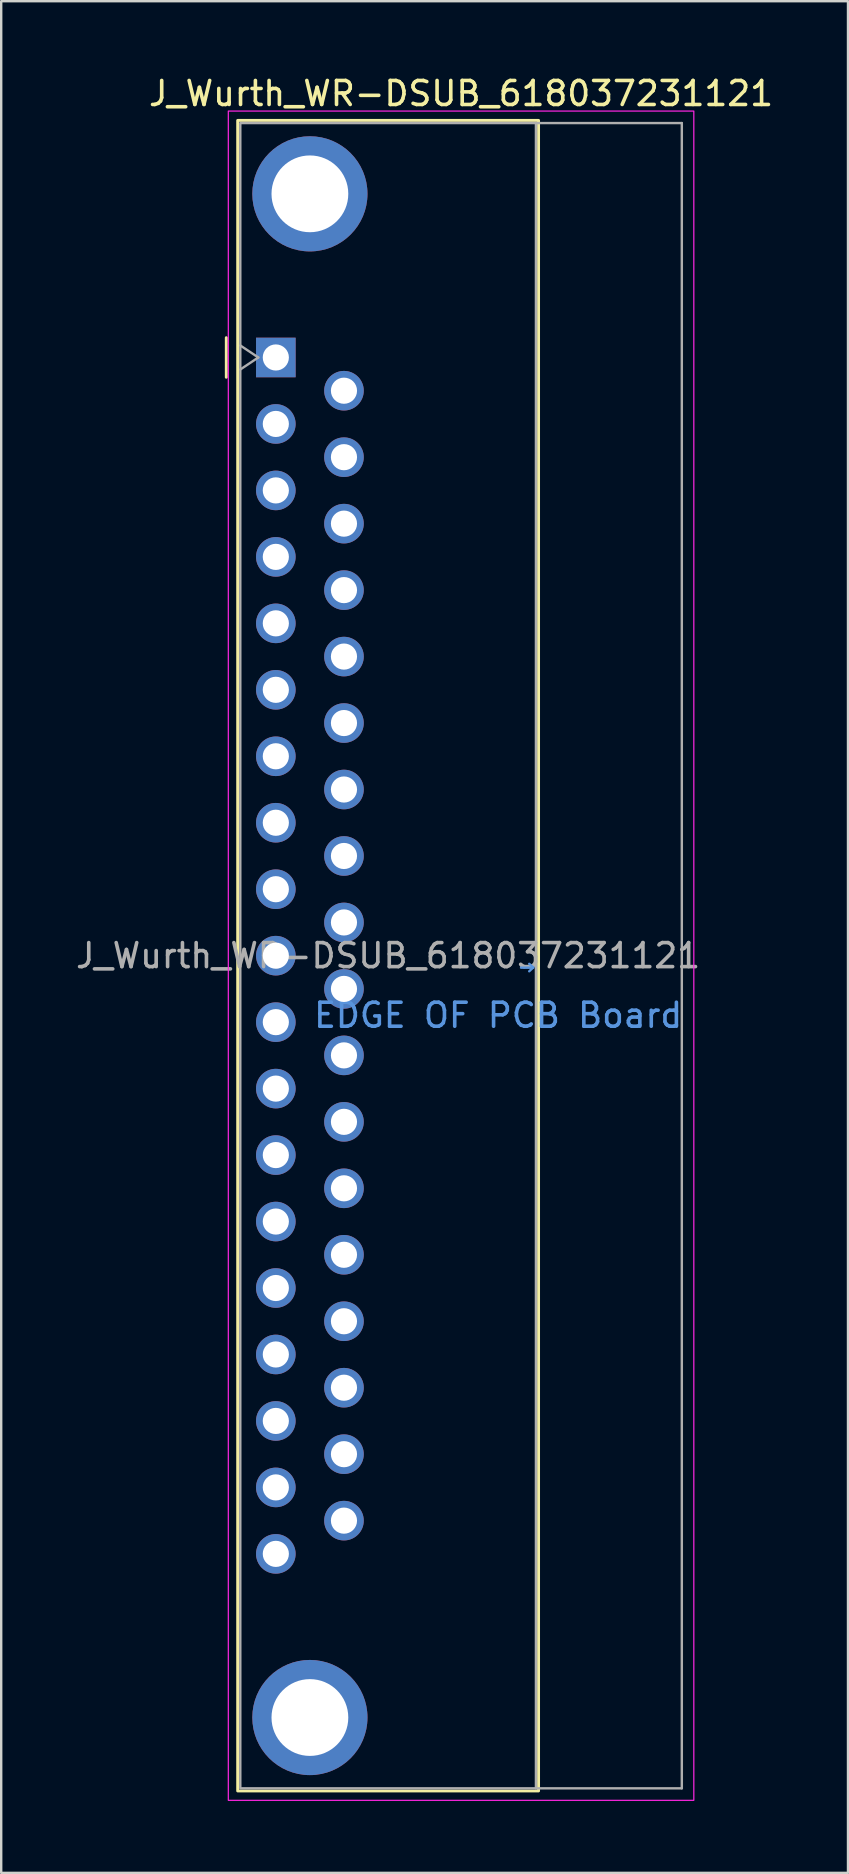
<source format=kicad_pcb>
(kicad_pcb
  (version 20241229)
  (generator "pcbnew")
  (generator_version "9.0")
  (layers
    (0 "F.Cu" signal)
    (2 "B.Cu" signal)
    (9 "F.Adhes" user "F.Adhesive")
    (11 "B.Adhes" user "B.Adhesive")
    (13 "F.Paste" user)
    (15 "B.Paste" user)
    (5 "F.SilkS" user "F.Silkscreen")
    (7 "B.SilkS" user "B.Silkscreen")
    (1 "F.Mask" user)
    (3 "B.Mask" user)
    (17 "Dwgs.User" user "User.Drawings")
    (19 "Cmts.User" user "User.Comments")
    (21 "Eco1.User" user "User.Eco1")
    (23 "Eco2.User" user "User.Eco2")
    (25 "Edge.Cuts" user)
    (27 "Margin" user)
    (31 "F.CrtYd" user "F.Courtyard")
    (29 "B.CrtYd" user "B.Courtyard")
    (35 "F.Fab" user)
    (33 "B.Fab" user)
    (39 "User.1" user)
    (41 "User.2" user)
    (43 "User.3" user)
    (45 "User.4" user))
  (footprint "J_Wurth_WR-DSUB_618037231121"
    (layer "F.Cu")
    (at 8.445 11.848)
    (property "Reference" "J_Wurth_WR-DSUB_618037231121" (at 7.72 -11 0) (unlocked yes) (layer "F.SilkS") (effects (font (size 1 1) (thickness 0.15))))
    (attr through_hole)
    (fp_line (start -2.065 -0.825) (end -2.065 0.825) (stroke (width 0.12) (type solid)) (layer "F.SilkS"))
    (fp_rect (start -1.59 -9.88) (end 10.95 59.74) (stroke (width 0.12) (type solid)) (fill no) (layer "F.SilkS"))
    (fp_line (start 10.22 25.43) (end 10.72 25.43) (stroke (width 0.1) (type solid)) (layer "Cmts.User"))
    (fp_line (start 10.72 25.43) (end 10.56 25.58) (stroke (width 0.1) (type solid)) (layer "Cmts.User"))
    (fp_line (start 10.73 25.42) (end 10.56 25.27) (stroke (width 0.1) (type solid)) (layer "Cmts.User"))
    (fp_rect (start -1.98 -10.27) (end 17.42 60.13) (stroke (width 0.05) (type solid)) (fill no) (layer "F.CrtYd"))
    (fp_line (start -0.73 0) (end -1.48 -0.5) (stroke (width 0.1) (type solid)) (layer "F.Fab"))
    (fp_line (start -0.73 0) (end -1.48 0.5) (stroke (width 0.1) (type solid)) (layer "F.Fab"))
    (fp_line (start 10.84 -9.77) (end 16.92 -9.77) (stroke (width 0.1) (type solid)) (layer "F.Fab"))
    (fp_line (start 16.92 -9.77) (end 16.92 59.63) (stroke (width 0.1) (type solid)) (layer "F.Fab"))
    (fp_line (start 16.92 59.63) (end 10.84 59.63) (stroke (width 0.1) (type solid)) (layer "F.Fab"))
    (fp_rect (start -1.48 -9.77) (end 10.84 59.63) (stroke (width 0.1) (type solid)) (fill no) (layer "F.Fab"))
    (fp_text user "EDGE OF PCB Board" (at 1.5 28 0) (unlocked yes) (layer "Cmts.User") (effects (font (size 1 1) (thickness 0.15)) (justify left bottom)))
    (fp_text user "${REFERENCE}" (at 4.68 24.93 0) (unlocked yes) (layer "F.Fab") (effects (font (size 1 1) (thickness 0.15))))
    (pad "1" thru_hole rect (at 0 0 90) (size 1.65 1.65) (drill 1.09) (layers "*.Cu" "*.Mask"))
    (pad "2" thru_hole circle (at 0 2.77 90) (size 1.65 1.65) (drill 1.09) (layers "*.Cu" "*.Mask"))
    (pad "3" thru_hole circle (at 0 5.54 90) (size 1.65 1.65) (drill 1.09) (layers "*.Cu" "*.Mask"))
    (pad "4" thru_hole circle (at 0 8.31 90) (size 1.65 1.65) (drill 1.09) (layers "*.Cu" "*.Mask"))
    (pad "5" thru_hole circle (at 0 11.08 90) (size 1.65 1.65) (drill 1.09) (layers "*.Cu" "*.Mask"))
    (pad "6" thru_hole circle (at 0 13.85 90) (size 1.65 1.65) (drill 1.09) (layers "*.Cu" "*.Mask"))
    (pad "7" thru_hole circle (at 0 16.62 90) (size 1.65 1.65) (drill 1.09) (layers "*.Cu" "*.Mask"))
    (pad "8" thru_hole circle (at 0 19.39 90) (size 1.65 1.65) (drill 1.09) (layers "*.Cu" "*.Mask"))
    (pad "9" thru_hole circle (at 0 22.16 90) (size 1.65 1.65) (drill 1.09) (layers "*.Cu" "*.Mask"))
    (pad "10" thru_hole circle (at 0 24.93 90) (size 1.65 1.65) (drill 1.09) (layers "*.Cu" "*.Mask"))
    (pad "11" thru_hole circle (at 0 27.7 90) (size 1.65 1.65) (drill 1.09) (layers "*.Cu" "*.Mask"))
    (pad "12" thru_hole circle (at 0 30.47 90) (size 1.65 1.65) (drill 1.09) (layers "*.Cu" "*.Mask"))
    (pad "13" thru_hole circle (at 0 33.24 90) (size 1.65 1.65) (drill 1.09) (layers "*.Cu" "*.Mask"))
    (pad "14" thru_hole circle (at 0 36.01 90) (size 1.65 1.65) (drill 1.09) (layers "*.Cu" "*.Mask"))
    (pad "15" thru_hole circle (at 0 38.78 90) (size 1.65 1.65) (drill 1.09) (layers "*.Cu" "*.Mask"))
    (pad "16" thru_hole circle (at 0 41.55 90) (size 1.65 1.65) (drill 1.09) (layers "*.Cu" "*.Mask"))
    (pad "17" thru_hole circle (at 0 44.32 90) (size 1.65 1.65) (drill 1.09) (layers "*.Cu" "*.Mask"))
    (pad "18" thru_hole circle (at 0 47.09 90) (size 1.65 1.65) (drill 1.09) (layers "*.Cu" "*.Mask"))
    (pad "19" thru_hole circle (at 0 49.86 90) (size 1.65 1.65) (drill 1.09) (layers "*.Cu" "*.Mask"))
    (pad "20" thru_hole circle (at 2.84 1.385 90) (size 1.65 1.65) (drill 1.09) (layers "*.Cu" "*.Mask"))
    (pad "21" thru_hole circle (at 2.84 4.155 90) (size 1.65 1.65) (drill 1.09) (layers "*.Cu" "*.Mask"))
    (pad "22" thru_hole circle (at 2.84 6.925 90) (size 1.65 1.65) (drill 1.09) (layers "*.Cu" "*.Mask"))
    (pad "23" thru_hole circle (at 2.84 9.695 90) (size 1.65 1.65) (drill 1.09) (layers "*.Cu" "*.Mask"))
    (pad "24" thru_hole circle (at 2.84 12.465 90) (size 1.65 1.65) (drill 1.09) (layers "*.Cu" "*.Mask"))
    (pad "25" thru_hole circle (at 2.84 15.235 90) (size 1.65 1.65) (drill 1.09) (layers "*.Cu" "*.Mask"))
    (pad "26" thru_hole circle (at 2.84 18.005 90) (size 1.65 1.65) (drill 1.09) (layers "*.Cu" "*.Mask"))
    (pad "27" thru_hole circle (at 2.84 20.775 90) (size 1.65 1.65) (drill 1.09) (layers "*.Cu" "*.Mask"))
    (pad "28" thru_hole circle (at 2.84 23.545 90) (size 1.65 1.65) (drill 1.09) (layers "*.Cu" "*.Mask"))
    (pad "29" thru_hole circle (at 2.84 26.315 90) (size 1.65 1.65) (drill 1.09) (layers "*.Cu" "*.Mask"))
    (pad "30" thru_hole circle (at 2.84 29.085 90) (size 1.65 1.65) (drill 1.09) (layers "*.Cu" "*.Mask"))
    (pad "31" thru_hole circle (at 2.84 31.855 90) (size 1.65 1.65) (drill 1.09) (layers "*.Cu" "*.Mask"))
    (pad "32" thru_hole circle (at 2.84 34.625 90) (size 1.65 1.65) (drill 1.09) (layers "*.Cu" "*.Mask"))
    (pad "33" thru_hole circle (at 2.84 37.395 90) (size 1.65 1.65) (drill 1.09) (layers "*.Cu" "*.Mask"))
    (pad "34" thru_hole circle (at 2.84 40.165 90) (size 1.65 1.65) (drill 1.09) (layers "*.Cu" "*.Mask"))
    (pad "35" thru_hole circle (at 2.84 42.935 90) (size 1.65 1.65) (drill 1.09) (layers "*.Cu" "*.Mask"))
    (pad "36" thru_hole circle (at 2.84 45.705 90) (size 1.65 1.65) (drill 1.09) (layers "*.Cu" "*.Mask"))
    (pad "37" thru_hole circle (at 2.84 48.475 90) (size 1.65 1.65) (drill 1.09) (layers "*.Cu" "*.Mask"))
    (pad "S1" thru_hole circle (at 1.42 56.68 90) (size 4.8 4.8) (drill 3.2) (layers "*.Cu" "*.Mask"))
    (pad "S2" thru_hole circle (at 1.42 -6.82 90) (size 4.8 4.8) (drill 3.2) (layers "*.Cu" "*.Mask")))
  (gr_rect
    (start -3 -3)
    (end 32.29 75.003)
    (stroke (width 0.1) (type default))
    (fill no)
    (layer "Edge.Cuts")))
</source>
